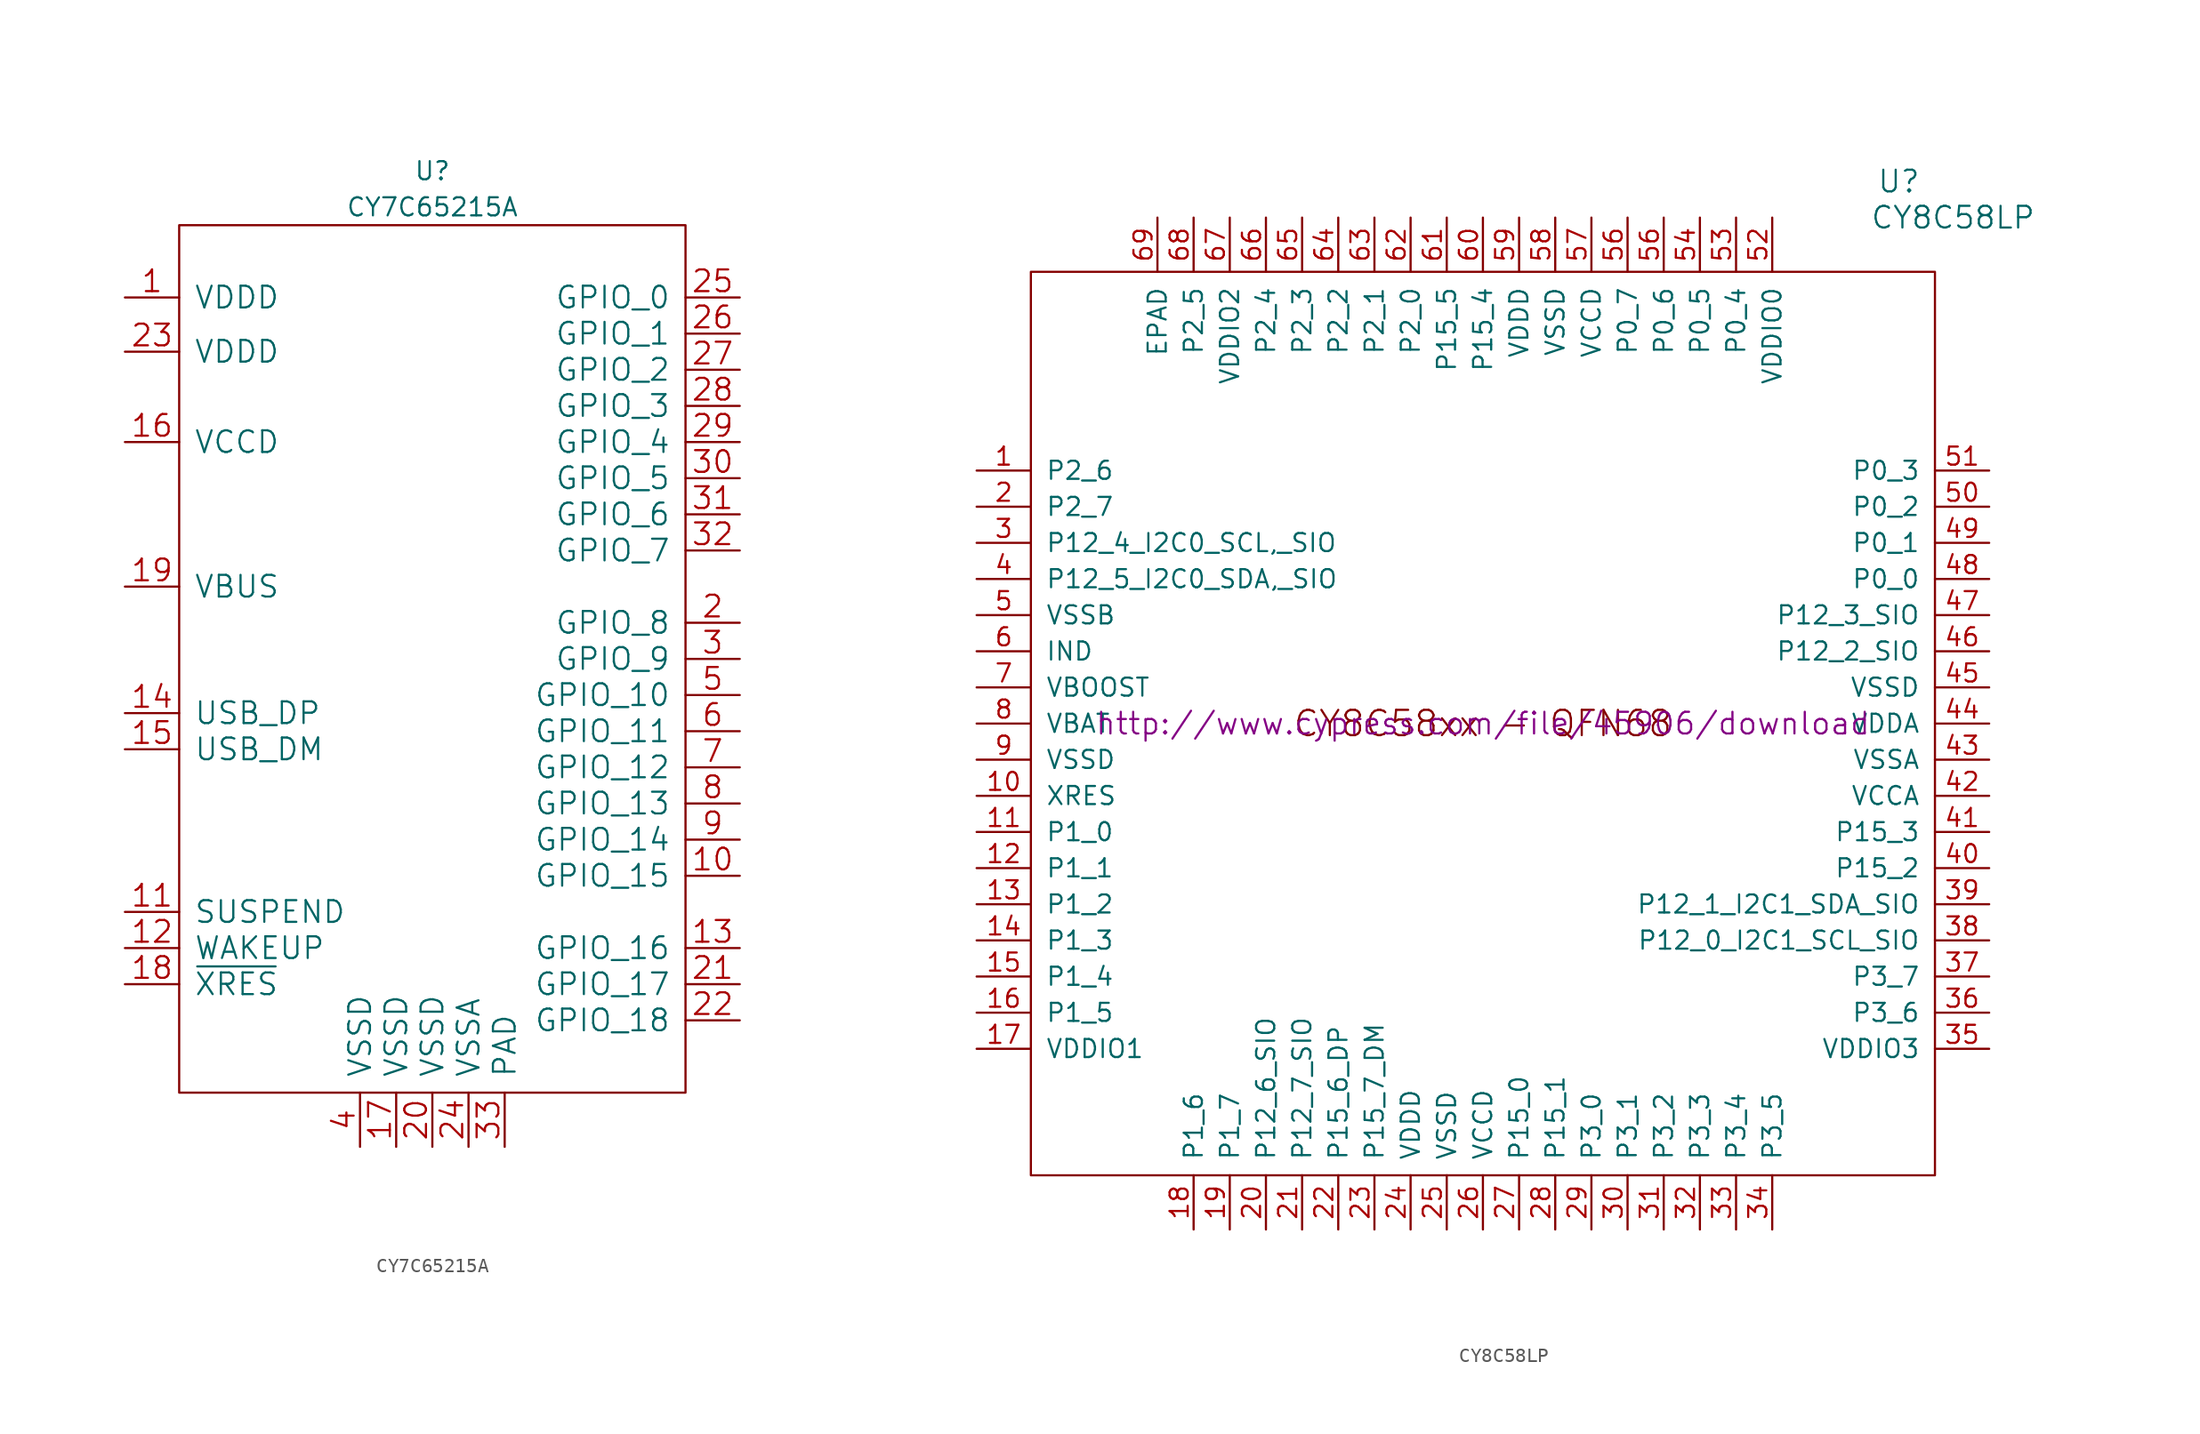
<source format=kicad_sym>
(kicad_symbol_lib
  (version 20220914)
  (generator kicad_symbol_editor)
  (symbol "CY7C65215A"
    (pin_names
      (offset 1.016))
    (property "Reference" "U"
      (at 0 34.29 0)
      (effects (font (size 1.27 1.27))))
    (property "Value" "CY7C65215A"
      (at 0 31.75 0)
      (effects (font (size 1.27 1.27))))
    (symbol "CY7C65215A_0_1"
      (rectangle (start -17.78 30.48) (end 17.78 -30.48) (stroke (width 0) (type default)) (fill (type none))))
    (symbol "CY7C65215A_1_1"
      (pin power_in line (at -21.59 25.4 0) (length 3.81) (name "VDDD" (effects (font (size 1.524 1.524)))) (number "1" (effects (font (size 1.524 1.524)))))
      (pin bidirectional line (at 21.59 -15.24 180) (length 3.81) (name "GPIO_15" (effects (font (size 1.524 1.524)))) (number "10" (effects (font (size 1.524 1.524)))))
      (pin input line (at -21.59 -17.78 0) (length 3.81) (name "SUSPEND" (effects (font (size 1.524 1.524)))) (number "11" (effects (font (size 1.524 1.524)))))
      (pin input line (at -21.59 -20.32 0) (length 3.81) (name "WAKEUP" (effects (font (size 1.524 1.524)))) (number "12" (effects (font (size 1.524 1.524)))))
      (pin bidirectional line (at 21.59 -20.32 180) (length 3.81) (name "GPIO_16" (effects (font (size 1.524 1.524)))) (number "13" (effects (font (size 1.524 1.524)))))
      (pin bidirectional line (at -21.59 -3.81 0) (length 3.81) (name "USB_DP" (effects (font (size 1.524 1.524)))) (number "14" (effects (font (size 1.524 1.524)))))
      (pin bidirectional line (at -21.59 -6.35 0) (length 3.81) (name "USB_DM" (effects (font (size 1.524 1.524)))) (number "15" (effects (font (size 1.524 1.524)))))
      (pin power_in line (at -21.59 15.24 0) (length 3.81) (name "VCCD" (effects (font (size 1.524 1.524)))) (number "16" (effects (font (size 1.524 1.524)))))
      (pin power_in line (at -2.54 -34.29 90) (length 3.81) (name "VSSD" (effects (font (size 1.524 1.524)))) (number "17" (effects (font (size 1.524 1.524)))))
      (pin power_in line (at -21.59 -22.86 0) (length 3.81) (name "~{XRES}" (effects (font (size 1.524 1.524)))) (number "18" (effects (font (size 1.524 1.524)))))
      (pin power_in line (at -21.59 5.08 0) (length 3.81) (name "VBUS" (effects (font (size 1.524 1.524)))) (number "19" (effects (font (size 1.524 1.524)))))
      (pin bidirectional line (at 21.59 2.54 180) (length 3.81) (name "GPIO_8" (effects (font (size 1.524 1.524)))) (number "2" (effects (font (size 1.524 1.524)))))
      (pin power_in line (at 0 -34.29 90) (length 3.81) (name "VSSD" (effects (font (size 1.524 1.524)))) (number "20" (effects (font (size 1.524 1.524)))))
      (pin bidirectional line (at 21.59 -22.86 180) (length 3.81) (name "GPIO_17" (effects (font (size 1.524 1.524)))) (number "21" (effects (font (size 1.524 1.524)))))
      (pin bidirectional line (at 21.59 -25.4 180) (length 3.81) (name "GPIO_18" (effects (font (size 1.524 1.524)))) (number "22" (effects (font (size 1.524 1.524)))))
      (pin power_in line (at -21.59 21.59 0) (length 3.81) (name "VDDD" (effects (font (size 1.524 1.524)))) (number "23" (effects (font (size 1.524 1.524)))))
      (pin power_in line (at 2.54 -34.29 90) (length 3.81) (name "VSSA" (effects (font (size 1.524 1.524)))) (number "24" (effects (font (size 1.524 1.524)))))
      (pin bidirectional line (at 21.59 25.4 180) (length 3.81) (name "GPIO_0" (effects (font (size 1.524 1.524)))) (number "25" (effects (font (size 1.524 1.524)))))
      (pin bidirectional line (at 21.59 22.86 180) (length 3.81) (name "GPIO_1" (effects (font (size 1.524 1.524)))) (number "26" (effects (font (size 1.524 1.524)))))
      (pin bidirectional line (at 21.59 20.32 180) (length 3.81) (name "GPIO_2" (effects (font (size 1.524 1.524)))) (number "27" (effects (font (size 1.524 1.524)))))
      (pin bidirectional line (at 21.59 17.78 180) (length 3.81) (name "GPIO_3" (effects (font (size 1.524 1.524)))) (number "28" (effects (font (size 1.524 1.524)))))
      (pin bidirectional line (at 21.59 15.24 180) (length 3.81) (name "GPIO_4" (effects (font (size 1.524 1.524)))) (number "29" (effects (font (size 1.524 1.524)))))
      (pin bidirectional line (at 21.59 0 180) (length 3.81) (name "GPIO_9" (effects (font (size 1.524 1.524)))) (number "3" (effects (font (size 1.524 1.524)))))
      (pin bidirectional line (at 21.59 12.7 180) (length 3.81) (name "GPIO_5" (effects (font (size 1.524 1.524)))) (number "30" (effects (font (size 1.524 1.524)))))
      (pin bidirectional line (at 21.59 10.16 180) (length 3.81) (name "GPIO_6" (effects (font (size 1.524 1.524)))) (number "31" (effects (font (size 1.524 1.524)))))
      (pin bidirectional line (at 21.59 7.62 180) (length 3.81) (name "GPIO_7" (effects (font (size 1.524 1.524)))) (number "32" (effects (font (size 1.524 1.524)))))
      (pin power_in line (at 5.08 -34.29 90) (length 3.81) (name "PAD" (effects (font (size 1.524 1.524)))) (number "33" (effects (font (size 1.524 1.524)))))
      (pin power_in line (at -5.08 -34.29 90) (length 3.81) (name "VSSD" (effects (font (size 1.524 1.524)))) (number "4" (effects (font (size 1.524 1.524)))))
      (pin bidirectional line (at 21.59 -2.54 180) (length 3.81) (name "GPIO_10" (effects (font (size 1.524 1.524)))) (number "5" (effects (font (size 1.524 1.524)))))
      (pin bidirectional line (at 21.59 -5.08 180) (length 3.81) (name "GPIO_11" (effects (font (size 1.524 1.524)))) (number "6" (effects (font (size 1.524 1.524)))))
      (pin bidirectional line (at 21.59 -7.62 180) (length 3.81) (name "GPIO_12" (effects (font (size 1.524 1.524)))) (number "7" (effects (font (size 1.524 1.524)))))
      (pin bidirectional line (at 21.59 -10.16 180) (length 3.81) (name "GPIO_13" (effects (font (size 1.524 1.524)))) (number "8" (effects (font (size 1.524 1.524)))))
      (pin bidirectional line (at 21.59 -12.7 180) (length 3.81) (name "GPIO_14" (effects (font (size 1.524 1.524)))) (number "9" (effects (font (size 1.524 1.524)))))))
  (symbol "CY8C58LP"
    (pin_names
      (offset 1.016))
    (property "Reference" "U"
      (at 29.21 38.1 0)
      (effects (font (size 1.524 1.524))))
    (property "Value" "CY8C58LP"
      (at 33.02 35.56 0)
      (effects (font (size 1.524 1.524))))
    (property "Footprint" ""
      (at 0 0 0)
      (effects (font (size 1.524 1.524))))
    (property "Datasheet" "http://www.cypress.com/file/45906/download"
      (at 0 0 0)
      (effects (font (size 1.524 1.524))))
    (symbol "CY8C58LP_0_0"
      (text "CY8C58xx - QFN68" (at 0 0 0) (effects (font (size 1.778 1.778)))))
    (symbol "CY8C58LP_0_1"
      (rectangle (start -31.75 31.75) (end 31.75 -31.75) (stroke (width 0) (type default)) (fill (type none))))
    (symbol "CY8C58LP_1_1"
      (pin input line (at -35.56 17.78 0) (length 3.81) (name "P2_6" (effects (font (size 1.27 1.27)))) (number "1" (effects (font (size 1.27 1.27)))))
      (pin input line (at -35.56 -5.08 0) (length 3.81) (name "XRES" (effects (font (size 1.27 1.27)))) (number "10" (effects (font (size 1.27 1.27)))))
      (pin input line (at -35.56 -7.62 0) (length 3.81) (name "P1_0" (effects (font (size 1.27 1.27)))) (number "11" (effects (font (size 1.27 1.27)))))
      (pin input line (at -35.56 -10.16 0) (length 3.81) (name "P1_1" (effects (font (size 1.27 1.27)))) (number "12" (effects (font (size 1.27 1.27)))))
      (pin input line (at -35.56 -12.7 0) (length 3.81) (name "P1_2" (effects (font (size 1.27 1.27)))) (number "13" (effects (font (size 1.27 1.27)))))
      (pin input line (at -35.56 -15.24 0) (length 3.81) (name "P1_3" (effects (font (size 1.27 1.27)))) (number "14" (effects (font (size 1.27 1.27)))))
      (pin input line (at -35.56 -17.78 0) (length 3.81) (name "P1_4" (effects (font (size 1.27 1.27)))) (number "15" (effects (font (size 1.27 1.27)))))
      (pin input line (at -35.56 -20.32 0) (length 3.81) (name "P1_5" (effects (font (size 1.27 1.27)))) (number "16" (effects (font (size 1.27 1.27)))))
      (pin input line (at -35.56 -22.86 0) (length 3.81) (name "VDDIO1" (effects (font (size 1.27 1.27)))) (number "17" (effects (font (size 1.27 1.27)))))
      (pin input line (at -20.32 -35.56 90) (length 3.81) (name "P1_6" (effects (font (size 1.27 1.27)))) (number "18" (effects (font (size 1.27 1.27)))))
      (pin input line (at -17.78 -35.56 90) (length 3.81) (name "P1_7" (effects (font (size 1.27 1.27)))) (number "19" (effects (font (size 1.27 1.27)))))
      (pin input line (at -35.56 15.24 0) (length 3.81) (name "P2_7" (effects (font (size 1.27 1.27)))) (number "2" (effects (font (size 1.27 1.27)))))
      (pin input line (at -15.24 -35.56 90) (length 3.81) (name "P12_6_SIO" (effects (font (size 1.27 1.27)))) (number "20" (effects (font (size 1.27 1.27)))))
      (pin input line (at -12.7 -35.56 90) (length 3.81) (name "P12_7_SIO" (effects (font (size 1.27 1.27)))) (number "21" (effects (font (size 1.27 1.27)))))
      (pin input line (at -10.16 -35.56 90) (length 3.81) (name "P15_6_DP" (effects (font (size 1.27 1.27)))) (number "22" (effects (font (size 1.27 1.27)))))
      (pin input line (at -7.62 -35.56 90) (length 3.81) (name "P15_7_DM" (effects (font (size 1.27 1.27)))) (number "23" (effects (font (size 1.27 1.27)))))
      (pin input line (at -5.08 -35.56 90) (length 3.81) (name "VDDD" (effects (font (size 1.27 1.27)))) (number "24" (effects (font (size 1.27 1.27)))))
      (pin input line (at -2.54 -35.56 90) (length 3.81) (name "VSSD" (effects (font (size 1.27 1.27)))) (number "25" (effects (font (size 1.27 1.27)))))
      (pin input line (at 0 -35.56 90) (length 3.81) (name "VCCD" (effects (font (size 1.27 1.27)))) (number "26" (effects (font (size 1.27 1.27)))))
      (pin input line (at 2.54 -35.56 90) (length 3.81) (name "P15_0" (effects (font (size 1.27 1.27)))) (number "27" (effects (font (size 1.27 1.27)))))
      (pin input line (at 5.08 -35.56 90) (length 3.81) (name "P15_1" (effects (font (size 1.27 1.27)))) (number "28" (effects (font (size 1.27 1.27)))))
      (pin input line (at 7.62 -35.56 90) (length 3.81) (name "P3_0" (effects (font (size 1.27 1.27)))) (number "29" (effects (font (size 1.27 1.27)))))
      (pin input line (at -35.56 12.7 0) (length 3.81) (name "P12_4_I2C0_SCL,_SIO" (effects (font (size 1.27 1.27)))) (number "3" (effects (font (size 1.27 1.27)))))
      (pin input line (at 10.16 -35.56 90) (length 3.81) (name "P3_1" (effects (font (size 1.27 1.27)))) (number "30" (effects (font (size 1.27 1.27)))))
      (pin input line (at 12.7 -35.56 90) (length 3.81) (name "P3_2" (effects (font (size 1.27 1.27)))) (number "31" (effects (font (size 1.27 1.27)))))
      (pin input line (at 15.24 -35.56 90) (length 3.81) (name "P3_3" (effects (font (size 1.27 1.27)))) (number "32" (effects (font (size 1.27 1.27)))))
      (pin input line (at 17.78 -35.56 90) (length 3.81) (name "P3_4" (effects (font (size 1.27 1.27)))) (number "33" (effects (font (size 1.27 1.27)))))
      (pin input line (at 20.32 -35.56 90) (length 3.81) (name "P3_5" (effects (font (size 1.27 1.27)))) (number "34" (effects (font (size 1.27 1.27)))))
      (pin input line (at 35.56 -22.86 180) (length 3.81) (name "VDDIO3" (effects (font (size 1.27 1.27)))) (number "35" (effects (font (size 1.27 1.27)))))
      (pin input line (at 35.56 -20.32 180) (length 3.81) (name "P3_6" (effects (font (size 1.27 1.27)))) (number "36" (effects (font (size 1.27 1.27)))))
      (pin input line (at 35.56 -17.78 180) (length 3.81) (name "P3_7" (effects (font (size 1.27 1.27)))) (number "37" (effects (font (size 1.27 1.27)))))
      (pin input line (at 35.56 -15.24 180) (length 3.81) (name "P12_0_I2C1_SCL_SIO" (effects (font (size 1.27 1.27)))) (number "38" (effects (font (size 1.27 1.27)))))
      (pin input line (at 35.56 -12.7 180) (length 3.81) (name "P12_1_I2C1_SDA_SIO" (effects (font (size 1.27 1.27)))) (number "39" (effects (font (size 1.27 1.27)))))
      (pin input line (at -35.56 10.16 0) (length 3.81) (name "P12_5_I2C0_SDA,_SIO" (effects (font (size 1.27 1.27)))) (number "4" (effects (font (size 1.27 1.27)))))
      (pin input line (at 35.56 -10.16 180) (length 3.81) (name "P15_2" (effects (font (size 1.27 1.27)))) (number "40" (effects (font (size 1.27 1.27)))))
      (pin input line (at 35.56 -7.62 180) (length 3.81) (name "P15_3" (effects (font (size 1.27 1.27)))) (number "41" (effects (font (size 1.27 1.27)))))
      (pin input line (at 35.56 -5.08 180) (length 3.81) (name "VCCA" (effects (font (size 1.27 1.27)))) (number "42" (effects (font (size 1.27 1.27)))))
      (pin input line (at 35.56 -2.54 180) (length 3.81) (name "VSSA" (effects (font (size 1.27 1.27)))) (number "43" (effects (font (size 1.27 1.27)))))
      (pin input line (at 35.56 0 180) (length 3.81) (name "VDDA" (effects (font (size 1.27 1.27)))) (number "44" (effects (font (size 1.27 1.27)))))
      (pin input line (at 35.56 2.54 180) (length 3.81) (name "VSSD" (effects (font (size 1.27 1.27)))) (number "45" (effects (font (size 1.27 1.27)))))
      (pin input line (at 35.56 5.08 180) (length 3.81) (name "P12_2_SIO" (effects (font (size 1.27 1.27)))) (number "46" (effects (font (size 1.27 1.27)))))
      (pin input line (at 35.56 7.62 180) (length 3.81) (name "P12_3_SIO" (effects (font (size 1.27 1.27)))) (number "47" (effects (font (size 1.27 1.27)))))
      (pin input line (at 35.56 10.16 180) (length 3.81) (name "P0_0" (effects (font (size 1.27 1.27)))) (number "48" (effects (font (size 1.27 1.27)))))
      (pin input line (at 35.56 12.7 180) (length 3.81) (name "P0_1" (effects (font (size 1.27 1.27)))) (number "49" (effects (font (size 1.27 1.27)))))
      (pin input line (at -35.56 7.62 0) (length 3.81) (name "VSSB" (effects (font (size 1.27 1.27)))) (number "5" (effects (font (size 1.27 1.27)))))
      (pin input line (at 35.56 15.24 180) (length 3.81) (name "P0_2" (effects (font (size 1.27 1.27)))) (number "50" (effects (font (size 1.27 1.27)))))
      (pin input line (at 35.56 17.78 180) (length 3.81) (name "P0_3" (effects (font (size 1.27 1.27)))) (number "51" (effects (font (size 1.27 1.27)))))
      (pin input line (at 20.32 35.56 270) (length 3.81) (name "VDDIO0" (effects (font (size 1.27 1.27)))) (number "52" (effects (font (size 1.27 1.27)))))
      (pin input line (at 17.78 35.56 270) (length 3.81) (name "P0_4" (effects (font (size 1.27 1.27)))) (number "53" (effects (font (size 1.27 1.27)))))
      (pin input line (at 15.24 35.56 270) (length 3.81) (name "P0_5" (effects (font (size 1.27 1.27)))) (number "54" (effects (font (size 1.27 1.27)))))
      (pin input line (at 12.7 35.56 270) (length 3.81) (name "P0_6" (effects (font (size 1.27 1.27)))) (number "56" (effects (font (size 1.27 1.27)))))
      (pin input line (at 10.16 35.56 270) (length 3.81) (name "P0_7" (effects (font (size 1.27 1.27)))) (number "56" (effects (font (size 1.27 1.27)))))
      (pin input line (at 7.62 35.56 270) (length 3.81) (name "VCCD" (effects (font (size 1.27 1.27)))) (number "57" (effects (font (size 1.27 1.27)))))
      (pin input line (at 5.08 35.56 270) (length 3.81) (name "VSSD" (effects (font (size 1.27 1.27)))) (number "58" (effects (font (size 1.27 1.27)))))
      (pin input line (at 2.54 35.56 270) (length 3.81) (name "VDDD" (effects (font (size 1.27 1.27)))) (number "59" (effects (font (size 1.27 1.27)))))
      (pin input line (at -35.56 5.08 0) (length 3.81) (name "IND" (effects (font (size 1.27 1.27)))) (number "6" (effects (font (size 1.27 1.27)))))
      (pin input line (at 0 35.56 270) (length 3.81) (name "P15_4" (effects (font (size 1.27 1.27)))) (number "60" (effects (font (size 1.27 1.27)))))
      (pin input line (at -2.54 35.56 270) (length 3.81) (name "P15_5" (effects (font (size 1.27 1.27)))) (number "61" (effects (font (size 1.27 1.27)))))
      (pin input line (at -5.08 35.56 270) (length 3.81) (name "P2_0" (effects (font (size 1.27 1.27)))) (number "62" (effects (font (size 1.27 1.27)))))
      (pin input line (at -7.62 35.56 270) (length 3.81) (name "P2_1" (effects (font (size 1.27 1.27)))) (number "63" (effects (font (size 1.27 1.27)))))
      (pin input line (at -10.16 35.56 270) (length 3.81) (name "P2_2" (effects (font (size 1.27 1.27)))) (number "64" (effects (font (size 1.27 1.27)))))
      (pin input line (at -12.7 35.56 270) (length 3.81) (name "P2_3" (effects (font (size 1.27 1.27)))) (number "65" (effects (font (size 1.27 1.27)))))
      (pin input line (at -15.24 35.56 270) (length 3.81) (name "P2_4" (effects (font (size 1.27 1.27)))) (number "66" (effects (font (size 1.27 1.27)))))
      (pin input line (at -17.78 35.56 270) (length 3.81) (name "VDDIO2" (effects (font (size 1.27 1.27)))) (number "67" (effects (font (size 1.27 1.27)))))
      (pin input line (at -20.32 35.56 270) (length 3.81) (name "P2_5" (effects (font (size 1.27 1.27)))) (number "68" (effects (font (size 1.27 1.27)))))
      (pin input line (at -22.86 35.56 270) (length 3.81) (name "EPAD" (effects (font (size 1.27 1.27)))) (number "69" (effects (font (size 1.27 1.27)))))
      (pin input line (at -35.56 2.54 0) (length 3.81) (name "VBOOST" (effects (font (size 1.27 1.27)))) (number "7" (effects (font (size 1.27 1.27)))))
      (pin input line (at -35.56 0 0) (length 3.81) (name "VBAT" (effects (font (size 1.27 1.27)))) (number "8" (effects (font (size 1.27 1.27)))))
      (pin input line (at -35.56 -2.54 0) (length 3.81) (name "VSSD" (effects (font (size 1.27 1.27)))) (number "9" (effects (font (size 1.27 1.27))))))))
</source>
